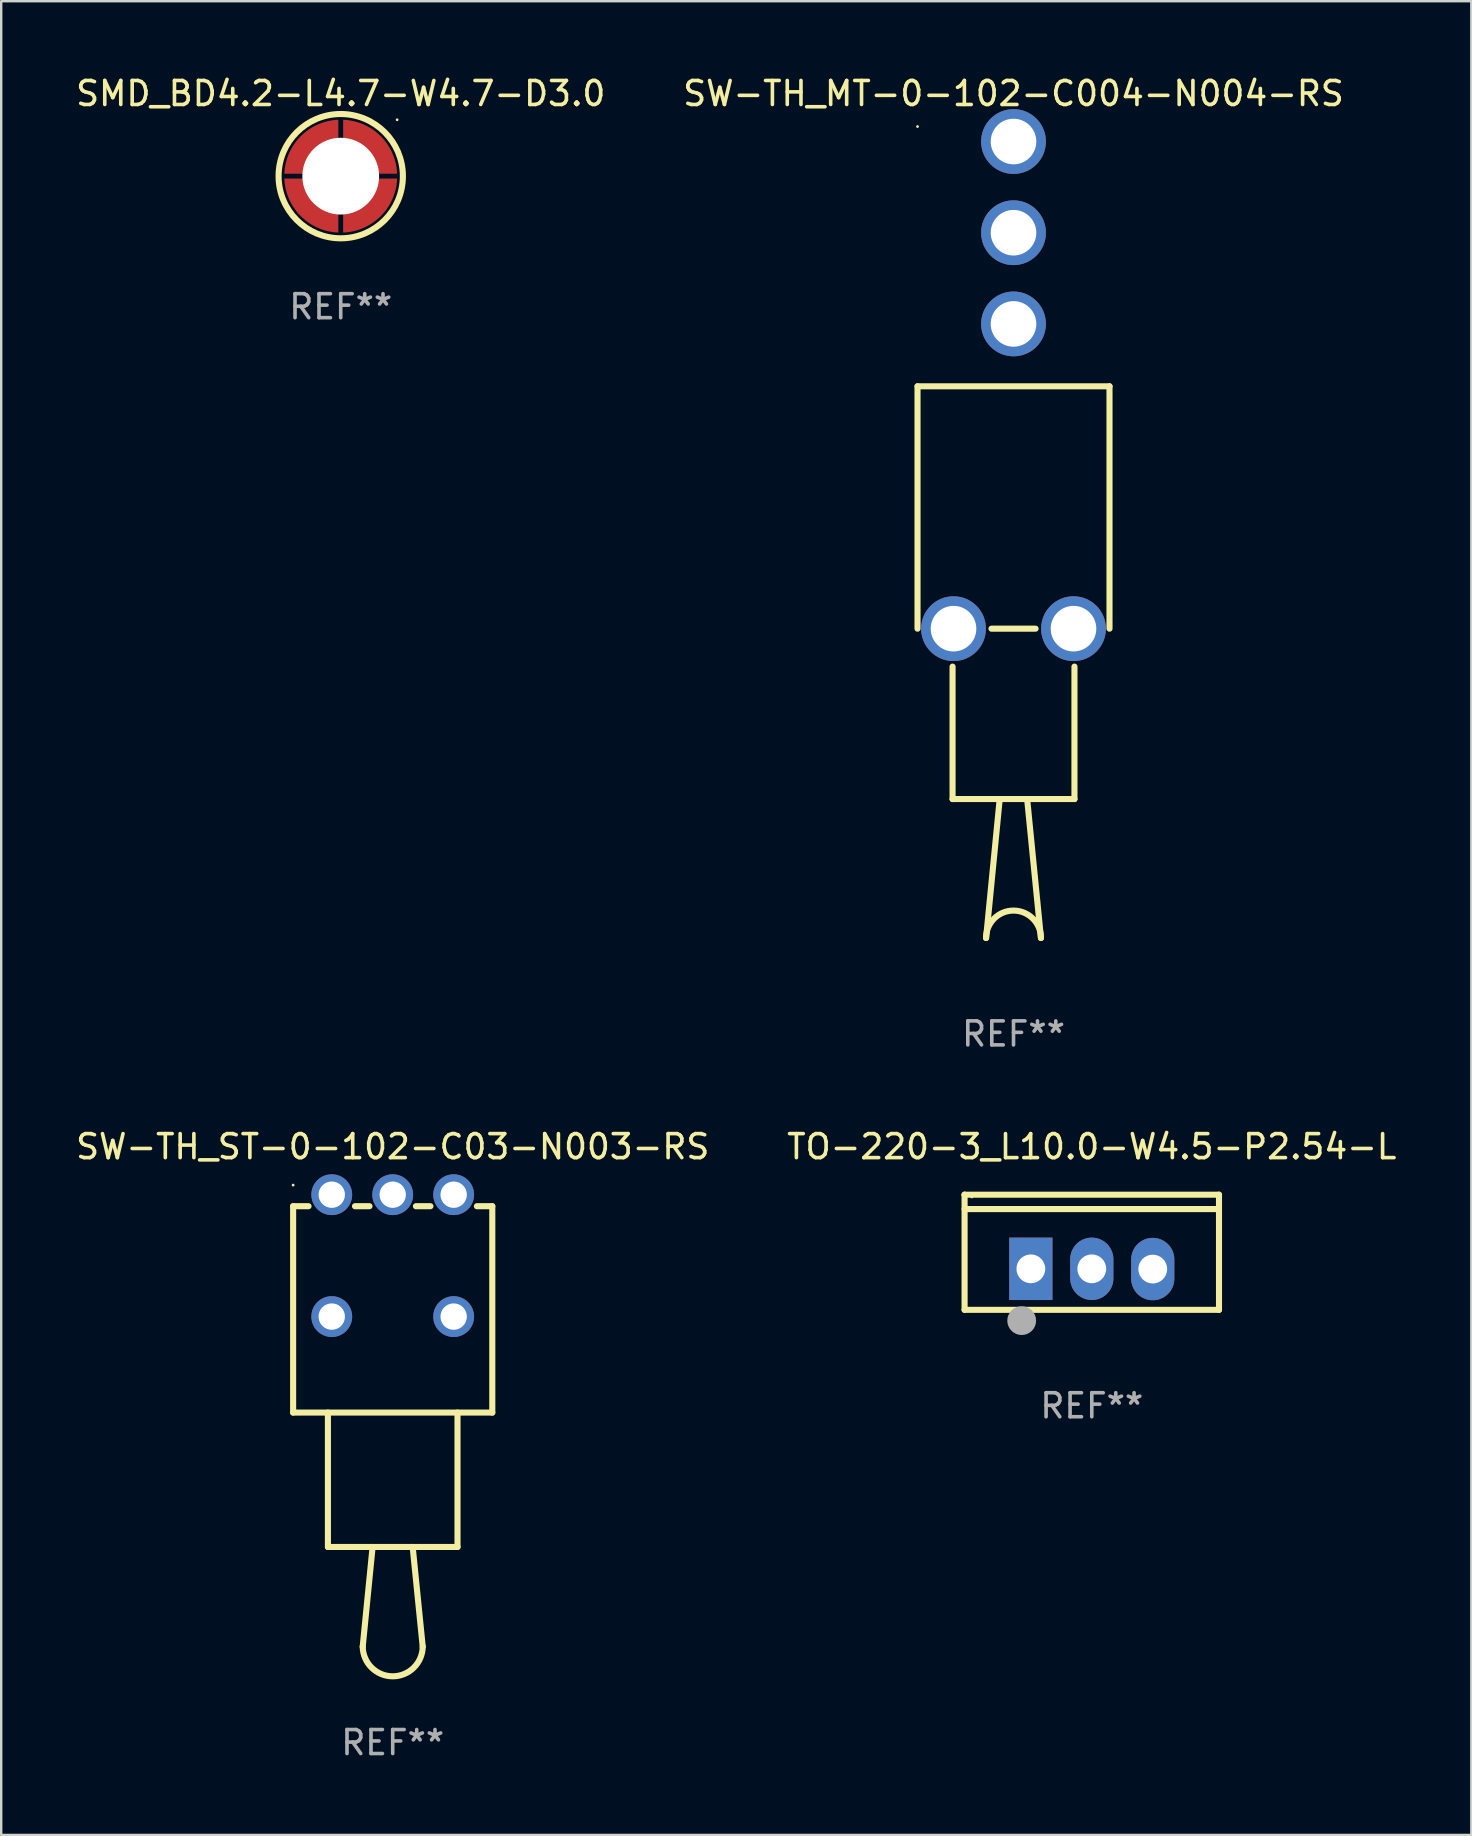
<source format=kicad_pcb>
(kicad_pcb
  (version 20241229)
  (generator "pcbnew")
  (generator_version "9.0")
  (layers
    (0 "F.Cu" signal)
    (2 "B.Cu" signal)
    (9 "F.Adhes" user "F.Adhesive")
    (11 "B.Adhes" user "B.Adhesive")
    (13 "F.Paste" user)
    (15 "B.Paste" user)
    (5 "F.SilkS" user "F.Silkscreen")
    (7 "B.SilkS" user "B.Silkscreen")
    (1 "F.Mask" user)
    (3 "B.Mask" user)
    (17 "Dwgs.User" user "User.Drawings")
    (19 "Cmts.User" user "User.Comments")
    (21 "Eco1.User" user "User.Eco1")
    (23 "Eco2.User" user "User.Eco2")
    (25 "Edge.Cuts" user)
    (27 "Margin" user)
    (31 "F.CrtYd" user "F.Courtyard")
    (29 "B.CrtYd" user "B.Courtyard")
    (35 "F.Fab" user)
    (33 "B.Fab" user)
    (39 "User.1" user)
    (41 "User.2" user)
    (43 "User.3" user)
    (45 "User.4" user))
  (footprint "SW-TH_MT-0-102-C004-N004-RS"
    (layer "F.Cu")
    (at 39.185 12.998)
    (property "Reference" "SW-TH_MT-0-102-C004-N004-RS" (at -0.000127 -12.15 0) (layer "F.SilkS") (effects (font (size 1 1) (thickness 0.15))))
    (attr through_hole)
    (fp_line (start -4 0.05) (end 4 0.05) (stroke (width 0.254) (type solid)) (layer "F.SilkS"))
    (fp_line (start -4 10.15) (end -4 0.05) (stroke (width 0.254) (type solid)) (layer "F.SilkS"))
    (fp_line (start -2.54 11.731) (end -2.54 17.25) (stroke (width 0.254) (type solid)) (layer "F.SilkS"))
    (fp_line (start -2.54 17.25) (end 2.54 17.25) (stroke (width 0.254) (type solid)) (layer "F.SilkS"))
    (fp_line (start -1.143 23.04) (end -0.575 17.25) (stroke (width 0.254) (type solid)) (layer "F.SilkS"))
    (fp_line (start -0.919 10.15) (end 0.919 10.15) (stroke (width 0.254) (type solid)) (layer "F.SilkS"))
    (fp_line (start 1.143 23.04) (end 0.568 17.25) (stroke (width 0.254) (type solid)) (layer "F.SilkS"))
    (fp_line (start 2.54 11.731) (end 2.54 17.25) (stroke (width 0.254) (type solid)) (layer "F.SilkS"))
    (fp_line (start 4 10.15) (end 4 0.05) (stroke (width 0.254) (type solid)) (layer "F.SilkS"))
    (fp_arc (start -1.143129 23.040488) (mid -0.000127 21.897486) (end 1.142875 23.040488) (stroke (width 0.254001) (type solid)) (layer "F.SilkS"))
    (fp_circle (center -4 -10.775) (end -3.97 -10.775) (stroke (width 0.06) (type solid)) (fill no) (layer "F.SilkS"))
    (fp_text user "REF**" (at -0.000127 27.04 0) (layer "F.Fab") (effects (font (size 1 1) (thickness 0.15))))
    (pad "1" thru_hole circle (at -0.000127 -10.15) (size 2.7 2.7) (drill 1.9) (layers "*.Cu" "*.Mask"))
    (pad "2" thru_hole circle (at -0.000127 -6.35) (size 2.7 2.7) (drill 1.9) (layers "*.Cu" "*.Mask"))
    (pad "3" thru_hole circle (at -0.000127 -2.55) (size 2.7 2.7) (drill 1.9) (layers "*.Cu" "*.Mask"))
    (pad "4" thru_hole circle (at 2.5 10.15) (size 2.7 2.7) (drill 1.9) (layers "*.Cu" "*.Mask"))
    (pad "5" thru_hole circle (at -2.5 10.15) (size 2.7 2.7) (drill 1.9) (layers "*.Cu" "*.Mask")))
  (footprint "SW-TH_ST-0-102-C03-N003-RS"
    (layer "F.Cu")
    (at 13.315 49.275)
    (property "Reference" "SW-TH_ST-0-102-C03-N003-RS" (at 0 -4.54 0) (layer "F.SilkS") (effects (font (size 1 1) (thickness 0.15))))
    (attr through_hole)
    (fp_line (start -4.15 -2.06) (end -3.508 -2.06) (stroke (width 0.254) (type solid)) (layer "F.SilkS"))
    (fp_line (start -4.15 6.54) (end -4.15 -2.06) (stroke (width 0.254) (type solid)) (layer "F.SilkS"))
    (fp_line (start -4.15 6.54) (end 4.15 6.54) (stroke (width 0.254) (type solid)) (layer "F.SilkS"))
    (fp_line (start -2.7 6.54) (end -2.7 12.14) (stroke (width 0.254) (type solid)) (layer "F.SilkS"))
    (fp_line (start -2.7 12.14) (end 2.7 12.14) (stroke (width 0.254) (type solid)) (layer "F.SilkS"))
    (fp_line (start -1.572 -2.06) (end -0.968 -2.06) (stroke (width 0.254) (type solid)) (layer "F.SilkS"))
    (fp_line (start -1.25 16.292) (end -0.838 12.14) (stroke (width 0.254) (type solid)) (layer "F.SilkS"))
    (fp_line (start 0.968 -2.06) (end 1.572 -2.06) (stroke (width 0.254) (type solid)) (layer "F.SilkS"))
    (fp_line (start 1.25 16.291) (end 0.832 12.14) (stroke (width 0.254) (type solid)) (layer "F.SilkS"))
    (fp_line (start 2.7 6.54) (end 2.7 12.14) (stroke (width 0.254) (type solid)) (layer "F.SilkS"))
    (fp_line (start 3.508 -2.06) (end 4.15 -2.06) (stroke (width 0.254) (type solid)) (layer "F.SilkS"))
    (fp_line (start 4.15 6.54) (end 4.15 -2.06) (stroke (width 0.254) (type solid)) (layer "F.SilkS"))
    (fp_arc (start 1.250191 16.290577) (mid 0.000937 17.535432) (end -1.249506 16.29177) (stroke (width 0.254001) (type solid)) (layer "F.SilkS"))
    (fp_circle (center -4.15 -2.94) (end -4.12 -2.94) (stroke (width 0.06) (type solid)) (fill no) (layer "F.SilkS"))
    (fp_text user "REF**" (at 0 20.292 0) (layer "F.Fab") (effects (font (size 1 1) (thickness 0.15))))
    (pad "1" thru_hole circle (at -2.54 -2.54) (size 1.7 1.7) (drill 1.1) (layers "*.Cu" "*.Mask"))
    (pad "2" thru_hole circle (at 0 -2.54) (size 1.7 1.7) (drill 1.1) (layers "*.Cu" "*.Mask"))
    (pad "3" thru_hole circle (at 2.54 -2.54) (size 1.7 1.7) (drill 1.1) (layers "*.Cu" "*.Mask"))
    (pad "4" thru_hole circle (at 2.54 2.54) (size 1.7 1.7) (drill 1.1) (layers "*.Cu" "*.Mask"))
    (pad "5" thru_hole circle (at -2.54 2.54) (size 1.7 1.7) (drill 1.1) (layers "*.Cu" "*.Mask")))
  (footprint "TO-220-3_L10.0-W4.5-P2.54-L"
    (layer "F.Cu")
    (at 42.447 49.829)
    (property "Reference" "TO-220-3_L10.0-W4.5-P2.54-L" (at -0.000127 -5.094 0) (layer "F.SilkS") (effects (font (size 1 1) (thickness 0.15))))
    (attr through_hole)
    (fp_line (start -5.301 -3.094) (end 5.301 -3.094) (stroke (width 0.254) (type solid)) (layer "F.SilkS"))
    (fp_line (start -5.301 -3.089) (end -5.301 -3.094) (stroke (width 0.254) (type solid)) (layer "F.SilkS"))
    (fp_line (start -5.301 1.704) (end -5.301 -3.089) (stroke (width 0.254) (type solid)) (layer "F.SilkS"))
    (fp_line (start 5.3 -2.495) (end -5.3 -2.495) (stroke (width 0.254) (type solid)) (layer "F.SilkS"))
    (fp_line (start 5.301 -3.094) (end 5.301 1.704) (stroke (width 0.254) (type solid)) (layer "F.SilkS"))
    (fp_line (start 5.301 1.704) (end -5.301 1.704) (stroke (width 0.254) (type solid)) (layer "F.SilkS"))
    (fp_arc (start -2.770104 2.330048) (mid -2.768834 2.330044) (end -2.767564 2.330048) (stroke (width 0.4) (type solid)) (layer "F.SilkS"))
    (fp_circle (center -5 -3) (end -4.97 -3) (stroke (width 0.06) (type solid)) (fill no) (layer "F.SilkS"))
    (fp_circle (center -2.921 2.154) (end -2.621 2.154) (stroke (width 0.6) (type solid)) (fill no) (layer "F.Fab"))
    (fp_text user "REF**" (at -0.000127 5.704 0) (layer "F.Fab") (effects (font (size 1 1) (thickness 0.15))))
    (pad "1" thru_hole rect (at -2.54 -0.005) (size 1.8 2.6) (drill 1.2) (layers "*.Cu" "*.Mask"))
    (pad "2" thru_hole oval (at -0.000127 -0.005) (size 1.8 2.6) (drill 1.2) (layers "*.Cu" "*.Mask"))
    (pad "3" thru_hole oval (at 2.54 0.005) (size 1.8 2.6) (drill 1.2) (layers "*.Cu" "*.Mask")))
  (footprint "SMD_BD4.2-L4.7-W4.7-D3.0"
    (layer "F.Cu")
    (at 11.149 4.291)
    (property "Reference" "SMD_BD4.2-L4.7-W4.7-D3.0" (at 0 -3.443 0) (layer "F.SilkS") (effects (font (size 1 1) (thickness 0.15))))
    (attr smd)
    (fp_circle (center 0 -0.000127) (end 2.59 -0.000127) (stroke (width 0.254) (type solid)) (fill no) (layer "F.SilkS"))
    (fp_circle (center 2.35 -2.35) (end 2.38 -2.35) (stroke (width 0.06) (type solid)) (fill no) (layer "F.SilkS"))
    (fp_circle (center 0 -0.000127) (end 0.75 -0.000127) (stroke (width 1.5) (type solid)) (fill no) (layer "F.Fab"))
    (fp_text user "REF**" (at 0 5.443 0) (layer "F.Fab") (effects (font (size 1 1) (thickness 0.15))))
    (pad "" np_thru_hole circle (at 0 -0.000127) (size 3.2 3.2) (drill 3.2) (layers "*.Cu" "*.Mask"))
    (pad "1" smd custom (at -1.225 -1.443) (size 0.1 0.1) (layers "F.Cu" "F.Mask" "F.Paste") (options (anchor circle)) (primitives (gr_poly (pts (xy -0.275 1.343) (xy -0.27 1.287) (xy -0.264 1.232) (xy -0.255 1.178) (xy -0.244 1.123) (xy -0.232 1.069) (xy -0.217 1.016) (xy -0.2 0.963) (xy -0.182 0.911) (xy -0.161 0.859) (xy -0.139 0.808) (xy -0.115 0.759) (xy -0.089 0.71) (xy -0.061 0.662) (xy -0.031 0.615) (xy 0.000279 0.569) (xy 0.033 0.525) (xy 0.068 0.481) (xy 0.104 0.439) (xy 0.142 0.399) (xy 0.181 0.36) (xy 0.222 0.322) (xy 0.264 0.286) (xy 0.307 0.251) (xy 0.352 0.218) (xy 0.397 0.187) (xy 0.444 0.157) (xy 0.492 0.129) (xy 0.541 0.103) (xy 0.591 0.079) (xy 0.642 0.056) (xy 0.693 0.036) (xy 0.745 0.017) (xy 0.798 0.001) (xy 0.852 -0.014) (xy 0.906 -0.027) (xy 0.96 -0.037) (xy 1.015 -0.046) (xy 1.07 -0.053) (xy 1.125 -0.057) (xy 1.125 -0.907) (xy 1.055 -0.904) (xy 0.985 -0.898) (xy 0.916 -0.89) (xy 0.847 -0.88) (xy 0.778 -0.868) (xy 0.709 -0.854) (xy 0.641 -0.838) (xy 0.573 -0.82) (xy 0.506 -0.8) (xy 0.44 -0.777) (xy 0.374 -0.753) (xy 0.309 -0.727) (xy 0.245 -0.699) (xy 0.182 -0.669) (xy 0.12 -0.638) (xy 0.058 -0.604) (xy -0.002 -0.569) (xy -0.061 -0.531) (xy -0.119 -0.492) (xy -0.176 -0.452) (xy -0.232 -0.409) (xy -0.286 -0.365) (xy -0.339 -0.32) (xy -0.391 -0.272) (xy -0.441 -0.224) (xy -0.49 -0.173) (xy -0.537 -0.122) (xy -0.583 -0.069) (xy -0.627 -0.014) (xy -0.669 0.041) (xy -0.71 0.098) (xy -0.749 0.156) (xy -0.786 0.216) (xy -0.822 0.276) (xy -0.855 0.337) (xy -0.887 0.4) (xy -0.917 0.463) (xy -0.945 0.527) (xy -0.971 0.592) (xy -0.995 0.658) (xy -1.017 0.724) (xy -1.037 0.791) (xy -1.056 0.859) (xy -1.072 0.927) (xy -1.086 0.995) (xy -1.098 1.064) (xy -1.108 1.134) (xy -1.115 1.203) (xy -1.121 1.273) (xy -1.125 1.343)) (width 0) (fill yes))))
    (pad "1" smd custom (at -1.225 1.442) (size 0.1 0.1) (layers "F.Cu" "F.Mask" "F.Paste") (options (anchor circle)) (primitives (gr_poly (pts (xy 1.125 0.057) (xy 1.07 0.053) (xy 1.015 0.046) (xy 0.96 0.037) (xy 0.906 0.027) (xy 0.852 0.014) (xy 0.798 -0.001) (xy 0.745 -0.017) (xy 0.693 -0.036) (xy 0.642 -0.057) (xy 0.591 -0.079) (xy 0.541 -0.103) (xy 0.492 -0.129) (xy 0.444 -0.157) (xy 0.397 -0.187) (xy 0.351 -0.218) (xy 0.307 -0.251) (xy 0.264 -0.286) (xy 0.222 -0.322) (xy 0.181 -0.36) (xy 0.142 -0.399) (xy 0.104 -0.439) (xy 0.068 -0.481) (xy 0.033 -0.525) (xy 0.000279 -0.569) (xy -0.031 -0.615) (xy -0.061 -0.662) (xy -0.089 -0.71) (xy -0.115 -0.759) (xy -0.139 -0.809) (xy -0.161 -0.859) (xy -0.182 -0.911) (xy -0.2 -0.963) (xy -0.217 -1.016) (xy -0.232 -1.069) (xy -0.244 -1.123) (xy -0.255 -1.178) (xy -0.264 -1.233) (xy -0.27 -1.288) (xy -0.275 -1.343) (xy -1.125 -1.343) (xy -1.121 -1.273) (xy -1.116 -1.203) (xy -1.108 -1.134) (xy -1.098 -1.064) (xy -1.086 -0.995) (xy -1.072 -0.927) (xy -1.056 -0.859) (xy -1.038 -0.791) (xy -1.017 -0.724) (xy -0.995 -0.658) (xy -0.971 -0.592) (xy -0.945 -0.527) (xy -0.917 -0.463) (xy -0.887 -0.4) (xy -0.855 -0.337) (xy -0.822 -0.276) (xy -0.786 -0.216) (xy -0.749 -0.156) (xy -0.71 -0.098) (xy -0.669 -0.041) (xy -0.627 0.014) (xy -0.583 0.069) (xy -0.537 0.122) (xy -0.49 0.173) (xy -0.441 0.224) (xy -0.391 0.272) (xy -0.339 0.319) (xy -0.286 0.365) (xy -0.232 0.409) (xy -0.176 0.452) (xy -0.119 0.492) (xy -0.061 0.531) (xy -0.002 0.568) (xy 0.058 0.604) (xy 0.12 0.638) (xy 0.182 0.669) (xy 0.245 0.699) (xy 0.309 0.727) (xy 0.374 0.753) (xy 0.44 0.777) (xy 0.506 0.8) (xy 0.573 0.82) (xy 0.641 0.838) (xy 0.709 0.854) (xy 0.778 0.868) (xy 0.847 0.88) (xy 0.916 0.89) (xy 0.985 0.898) (xy 1.055 0.904) (xy 1.125 0.907)) (width 0) (fill yes))))
    (pad "1" smd custom (at 1.225 -1.443) (size 0.1 0.1) (layers "F.Cu" "F.Mask" "F.Paste") (options (anchor circle)) (primitives (gr_poly (pts (xy -1.125 -0.057) (xy -1.07 -0.053) (xy -1.015 -0.046) (xy -0.96 -0.037) (xy -0.906 -0.027) (xy -0.852 -0.014) (xy -0.798 0.001) (xy -0.745 0.017) (xy -0.693 0.036) (xy -0.642 0.056) (xy -0.591 0.079) (xy -0.541 0.103) (xy -0.492 0.129) (xy -0.444 0.157) (xy -0.397 0.187) (xy -0.352 0.218) (xy -0.307 0.251) (xy -0.264 0.286) (xy -0.222 0.322) (xy -0.181 0.36) (xy -0.142 0.399) (xy -0.104 0.439) (xy -0.068 0.481) (xy -0.033 0.525) (xy -0.000305 0.569) (xy 0.031 0.615) (xy 0.061 0.662) (xy 0.089 0.71) (xy 0.115 0.759) (xy 0.139 0.809) (xy 0.161 0.859) (xy 0.182 0.911) (xy 0.2 0.963) (xy 0.217 1.016) (xy 0.232 1.069) (xy 0.244 1.123) (xy 0.255 1.178) (xy 0.264 1.232) (xy 0.27 1.287) (xy 0.275 1.343) (xy 1.125 1.343) (xy 1.121 1.273) (xy 1.115 1.203) (xy 1.108 1.134) (xy 1.098 1.064) (xy 1.086 0.995) (xy 1.072 0.927) (xy 1.056 0.859) (xy 1.037 0.791) (xy 1.017 0.724) (xy 0.995 0.658) (xy 0.971 0.592) (xy 0.945 0.527) (xy 0.917 0.463) (xy 0.887 0.4) (xy 0.855 0.337) (xy 0.822 0.276) (xy 0.786 0.216) (xy 0.749 0.156) (xy 0.71 0.098) (xy 0.669 0.041) (xy 0.627 -0.014) (xy 0.583 -0.069) (xy 0.537 -0.122) (xy 0.49 -0.173) (xy 0.441 -0.224) (xy 0.391 -0.272) (xy 0.339 -0.32) (xy 0.286 -0.365) (xy 0.232 -0.409) (xy 0.176 -0.452) (xy 0.119 -0.492) (xy 0.061 -0.531) (xy 0.002 -0.569) (xy -0.058 -0.604) (xy -0.12 -0.638) (xy -0.182 -0.669) (xy -0.245 -0.699) (xy -0.309 -0.727) (xy -0.374 -0.753) (xy -0.44 -0.777) (xy -0.506 -0.8) (xy -0.573 -0.82) (xy -0.641 -0.838) (xy -0.709 -0.854) (xy -0.778 -0.868) (xy -0.847 -0.88) (xy -0.916 -0.89) (xy -0.985 -0.898) (xy -1.055 -0.904) (xy -1.125 -0.907)) (width 0) (fill yes))))
    (pad "1" smd custom (at 1.225 1.443) (size 0.1 0.1) (layers "F.Cu" "F.Mask" "F.Paste") (options (anchor circle)) (primitives (gr_poly (pts (xy 0.275 -1.343) (xy 0.27 -1.288) (xy 0.264 -1.233) (xy 0.255 -1.178) (xy 0.244 -1.123) (xy 0.232 -1.069) (xy 0.217 -1.016) (xy 0.2 -0.963) (xy 0.182 -0.911) (xy 0.161 -0.859) (xy 0.139 -0.809) (xy 0.115 -0.759) (xy 0.089 -0.71) (xy 0.061 -0.662) (xy 0.031 -0.615) (xy -0.000305 -0.569) (xy -0.033 -0.525) (xy -0.068 -0.482) (xy -0.104 -0.44) (xy -0.142 -0.399) (xy -0.181 -0.36) (xy -0.222 -0.322) (xy -0.264 -0.286) (xy -0.307 -0.251) (xy -0.352 -0.218) (xy -0.397 -0.187) (xy -0.444 -0.157) (xy -0.492 -0.129) (xy -0.541 -0.103) (xy -0.591 -0.079) (xy -0.642 -0.057) (xy -0.693 -0.036) (xy -0.745 -0.018) (xy -0.798 -0.001) (xy -0.852 0.014) (xy -0.906 0.026) (xy -0.96 0.037) (xy -1.015 0.046) (xy -1.07 0.052) (xy -1.125 0.057) (xy -1.125 0.907) (xy -1.055 0.903) (xy -0.985 0.898) (xy -0.916 0.89) (xy -0.847 0.88) (xy -0.778 0.868) (xy -0.709 0.854) (xy -0.641 0.838) (xy -0.573 0.82) (xy -0.506 0.799) (xy -0.44 0.777) (xy -0.374 0.753) (xy -0.309 0.727) (xy -0.245 0.699) (xy -0.182 0.669) (xy -0.12 0.637) (xy -0.058 0.604) (xy 0.002 0.568) (xy 0.061 0.531) (xy 0.119 0.492) (xy 0.176 0.451) (xy 0.232 0.409) (xy 0.286 0.365) (xy 0.339 0.319) (xy 0.391 0.272) (xy 0.441 0.223) (xy 0.49 0.173) (xy 0.537 0.122) (xy 0.583 0.069) (xy 0.627 0.014) (xy 0.669 -0.042) (xy 0.71 -0.098) (xy 0.749 -0.157) (xy 0.786 -0.216) (xy 0.822 -0.276) (xy 0.855 -0.338) (xy 0.887 -0.4) (xy 0.917 -0.463) (xy 0.945 -0.527) (xy 0.971 -0.592) (xy 0.995 -0.658) (xy 1.017 -0.724) (xy 1.037 -0.791) (xy 1.056 -0.859) (xy 1.072 -0.927) (xy 1.086 -0.996) (xy 1.098 -1.064) (xy 1.108 -1.134) (xy 1.115 -1.203) (xy 1.121 -1.273) (xy 1.125 -1.343)) (width 0) (fill yes)))))
  (gr_rect
    (start -3 -3)
    (end 58.262 73.415)
    (stroke (width 0.1) (type default))
    (fill no)
    (layer "Edge.Cuts")))
</source>
